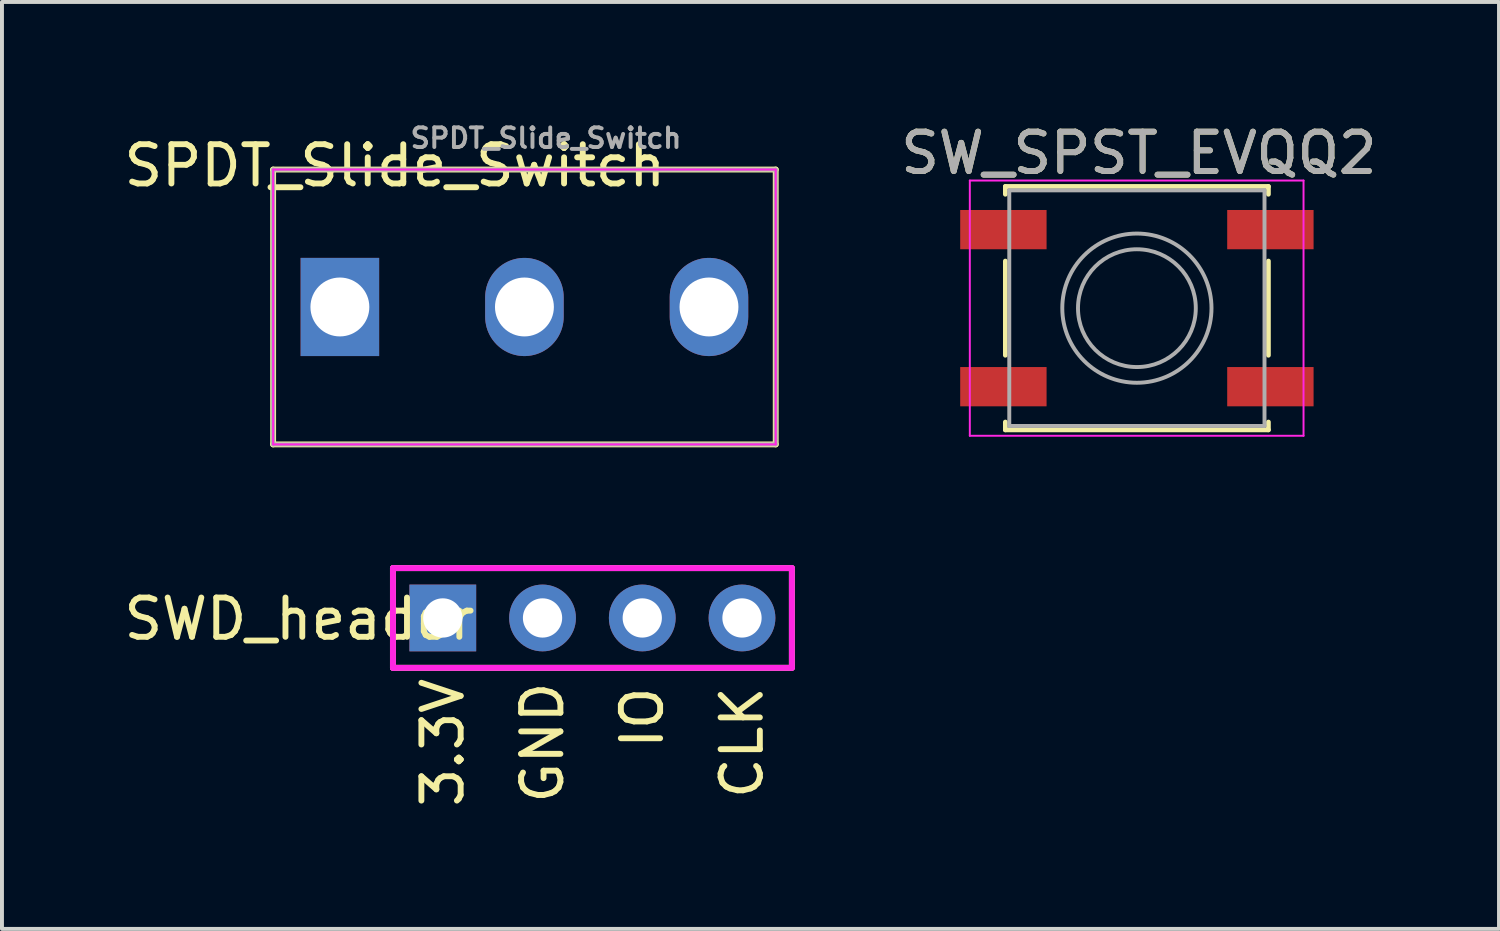
<source format=kicad_pcb>
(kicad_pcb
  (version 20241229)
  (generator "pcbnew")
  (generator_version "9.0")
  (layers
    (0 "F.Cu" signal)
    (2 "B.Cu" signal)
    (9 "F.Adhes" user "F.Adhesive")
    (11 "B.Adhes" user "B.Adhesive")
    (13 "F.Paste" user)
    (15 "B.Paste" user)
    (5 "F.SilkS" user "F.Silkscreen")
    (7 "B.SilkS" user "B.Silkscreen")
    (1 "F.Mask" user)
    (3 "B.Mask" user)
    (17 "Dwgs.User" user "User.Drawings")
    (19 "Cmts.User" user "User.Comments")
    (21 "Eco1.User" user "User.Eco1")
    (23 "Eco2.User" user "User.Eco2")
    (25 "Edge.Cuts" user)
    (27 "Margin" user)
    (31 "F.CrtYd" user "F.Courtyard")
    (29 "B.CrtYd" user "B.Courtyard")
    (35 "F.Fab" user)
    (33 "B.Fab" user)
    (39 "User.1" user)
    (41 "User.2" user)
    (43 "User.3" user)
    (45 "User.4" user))
  (footprint "SWD_header"
    (layer "F.Cu")
    (at 8.227 12.688)
    (property "Reference" "SWD_header" (at -3.65 0.025 0) (layer "F.SilkS") (effects (font (size 1 1) (thickness 0.15))))
    (attr through_hole)
    (fp_line (start -1.27 -1.27) (end -1.27 1.27) (stroke (width 0.15) (type solid)) (layer "F.SilkS"))
    (fp_line (start -1.27 1.27) (end 8.89 1.27) (stroke (width 0.15) (type solid)) (layer "F.SilkS"))
    (fp_line (start 8.89 -1.27) (end -1.27 -1.27) (stroke (width 0.15) (type solid)) (layer "F.SilkS"))
    (fp_line (start 8.89 1.27) (end 8.89 -1.27) (stroke (width 0.15) (type solid)) (layer "F.SilkS"))
    (fp_line (start -1.27 -1.27) (end 8.89 -1.27) (stroke (width 0.15) (type solid)) (layer "F.CrtYd"))
    (fp_line (start -1.27 1.27) (end -1.27 -1.27) (stroke (width 0.15) (type solid)) (layer "F.CrtYd"))
    (fp_line (start 8.89 -1.27) (end 8.89 1.27) (stroke (width 0.15) (type solid)) (layer "F.CrtYd"))
    (fp_line (start 8.89 1.27) (end -1.27 1.27) (stroke (width 0.15) (type solid)) (layer "F.CrtYd"))
    (fp_text user "3.3V" (at 0 3.175 90) (layer "F.SilkS") (effects (font (size 1 1) (thickness 0.15))))
    (fp_text user "IO" (at 5.08 2.54 90) (layer "F.SilkS") (effects (font (size 1 1) (thickness 0.15))))
    (fp_text user "GND" (at 2.54 3.175 90) (layer "F.SilkS") (effects (font (size 1 1) (thickness 0.15))))
    (fp_text user "CLK" (at 7.62 3.175 90) (layer "F.SilkS") (effects (font (size 1 1) (thickness 0.15))))
    (pad "1" thru_hole rect (at 0 0) (size 1.7 1.7) (drill 1) (layers "*.Cu" "*.Mask"))
    (pad "2" thru_hole circle (at 2.54 0) (size 1.7 1.7) (drill 1) (layers "*.Cu" "*.Mask"))
    (pad "3" thru_hole circle (at 5.08 0) (size 1.7 1.7) (drill 1) (layers "*.Cu" "*.Mask"))
    (pad "4" thru_hole circle (at 7.62 0) (size 1.7 1.7) (drill 1) (layers "*.Cu" "*.Mask")))
  (footprint "SPDT_Slide_Switch"
    (layer "F.Cu")
    (at 5.606 4.768)
    (property "Reference" "SPDT_Slide_Switch" (at 1.4 -3.6 0) (layer "F.SilkS") (effects (font (size 1 1) (thickness 0.15))))
    (attr through_hole)
    (fp_line (start -1.7 -3.5) (end -1.7 3.5) (stroke (width 0.15) (type solid)) (layer "F.SilkS"))
    (fp_line (start -1.7 -3.5) (end 11.1 -3.5) (stroke (width 0.15) (type solid)) (layer "F.SilkS"))
    (fp_line (start -1.7 3.5) (end 11.1 3.5) (stroke (width 0.15) (type solid)) (layer "F.SilkS"))
    (fp_line (start 11.1 -3.5) (end 11.1 3.5) (stroke (width 0.15) (type solid)) (layer "F.SilkS"))
    (fp_line (start -1.7 -3.5) (end 11.1 -3.5) (stroke (width 0.05) (type solid)) (layer "F.CrtYd"))
    (fp_line (start -1.7 3.5) (end -1.7 -3.5) (stroke (width 0.05) (type solid)) (layer "F.CrtYd"))
    (fp_line (start 11.1 -3.5) (end 11.1 3.5) (stroke (width 0.05) (type solid)) (layer "F.CrtYd"))
    (fp_line (start 11.1 3.5) (end -1.7 3.5) (stroke (width 0.05) (type solid)) (layer "F.CrtYd"))
    (fp_line (start -1.7 -3.5) (end -1.7 3.5) (stroke (width 0.1) (type solid)) (layer "F.Fab"))
    (fp_line (start -1.7 -3.5) (end 11.1 -3.5) (stroke (width 0.1) (type solid)) (layer "F.Fab"))
    (fp_line (start -1.7 3.5) (end 11.1 3.5) (stroke (width 0.1) (type solid)) (layer "F.Fab"))
    (fp_line (start 11.1 -3.5) (end 11.1 3.5) (stroke (width 0.1) (type solid)) (layer "F.Fab"))
    (fp_text user "${REFERENCE}" (at 5.25 -4.3 0) (layer "F.Fab") (effects (font (size 0.5 0.5) (thickness 0.1))))
    (pad "1" thru_hole rect (at 0 0) (size 2 2.5) (drill 1.5) (layers "*.Cu" "*.Mask"))
    (pad "2" thru_hole oval (at 4.7 0) (size 2 2.5) (drill 1.5) (layers "*.Cu" "*.Mask"))
    (pad "3" thru_hole oval (at 9.4 0) (size 2 2.5) (drill 1.5) (layers "*.Cu" "*.Mask")))
  (footprint "SW_SPST_EVQQ2"
    (layer "F.Cu")
    (at 25.904 4.798)
    (property "Reference" "SW_SPST_EVQQ2" (at 0.05 -3.95 0) (layer "F.SilkS") (effects (font (size 1 1) (thickness 0.15))))
    (attr smd)
    (fp_line (start -3.35 -3.1) (end -3.35 -2.9) (stroke (width 0.12) (type solid)) (layer "F.SilkS"))
    (fp_line (start -3.35 -1.2) (end -3.35 1.2) (stroke (width 0.12) (type solid)) (layer "F.SilkS"))
    (fp_line (start -3.35 3.1) (end -3.35 2.9) (stroke (width 0.12) (type solid)) (layer "F.SilkS"))
    (fp_line (start -3.35 3.1) (end 3.35 3.1) (stroke (width 0.12) (type solid)) (layer "F.SilkS"))
    (fp_line (start 3.35 -3.1) (end -3.35 -3.1) (stroke (width 0.12) (type solid)) (layer "F.SilkS"))
    (fp_line (start 3.35 -3.1) (end 3.35 -2.9) (stroke (width 0.12) (type solid)) (layer "F.SilkS"))
    (fp_line (start 3.35 -1.2) (end 3.35 1.2) (stroke (width 0.12) (type solid)) (layer "F.SilkS"))
    (fp_line (start 3.35 3.1) (end 3.35 2.9) (stroke (width 0.12) (type solid)) (layer "F.SilkS"))
    (fp_line (start -4.255 -3.25) (end 4.244 -3.25) (stroke (width 0.05) (type solid)) (layer "F.CrtYd"))
    (fp_line (start -4.255 3.25) (end -4.255 -3.25) (stroke (width 0.05) (type solid)) (layer "F.CrtYd"))
    (fp_line (start 4.244 -3.25) (end 4.244 3.25) (stroke (width 0.05) (type solid)) (layer "F.CrtYd"))
    (fp_line (start 4.244 3.25) (end -4.255 3.25) (stroke (width 0.05) (type solid)) (layer "F.CrtYd"))
    (fp_line (start -3.25 -3) (end 3.25 -3) (stroke (width 0.1) (type solid)) (layer "F.Fab"))
    (fp_line (start -3.25 3) (end -3.25 -3) (stroke (width 0.1) (type solid)) (layer "F.Fab"))
    (fp_line (start 3.25 -3) (end 3.25 3) (stroke (width 0.1) (type solid)) (layer "F.Fab"))
    (fp_line (start 3.25 3) (end -3.25 3) (stroke (width 0.1) (type solid)) (layer "F.Fab"))
    (fp_circle (center 0 0) (end 1.5 0) (stroke (width 0.1) (type solid)) (fill no) (layer "F.Fab"))
    (fp_circle (center 0 0) (end 1.9 0) (stroke (width 0.1) (type solid)) (fill no) (layer "F.Fab"))
    (fp_text user "${REFERENCE}" (at 0.05 -3.95 0) (layer "F.Fab") (effects (font (size 1 1) (thickness 0.15))))
    (pad "1" smd rect (at -3.4 -2) (size 2.2 1) (layers "F.Cu" "F.Mask" "F.Paste"))
    (pad "1" smd rect (at 3.4 -2) (size 2.2 1) (layers "F.Cu" "F.Mask" "F.Paste"))
    (pad "2" smd rect (at -3.4 2) (size 2.2 1) (layers "F.Cu" "F.Mask" "F.Paste"))
    (pad "2" smd rect (at 3.4 2) (size 2.2 1) (layers "F.Cu" "F.Mask" "F.Paste")))
  (gr_rect
    (start -3 -3)
    (end 35.126 20.607)
    (stroke (width 0.1) (type default))
    (fill no)
    (layer "Edge.Cuts")))
</source>
